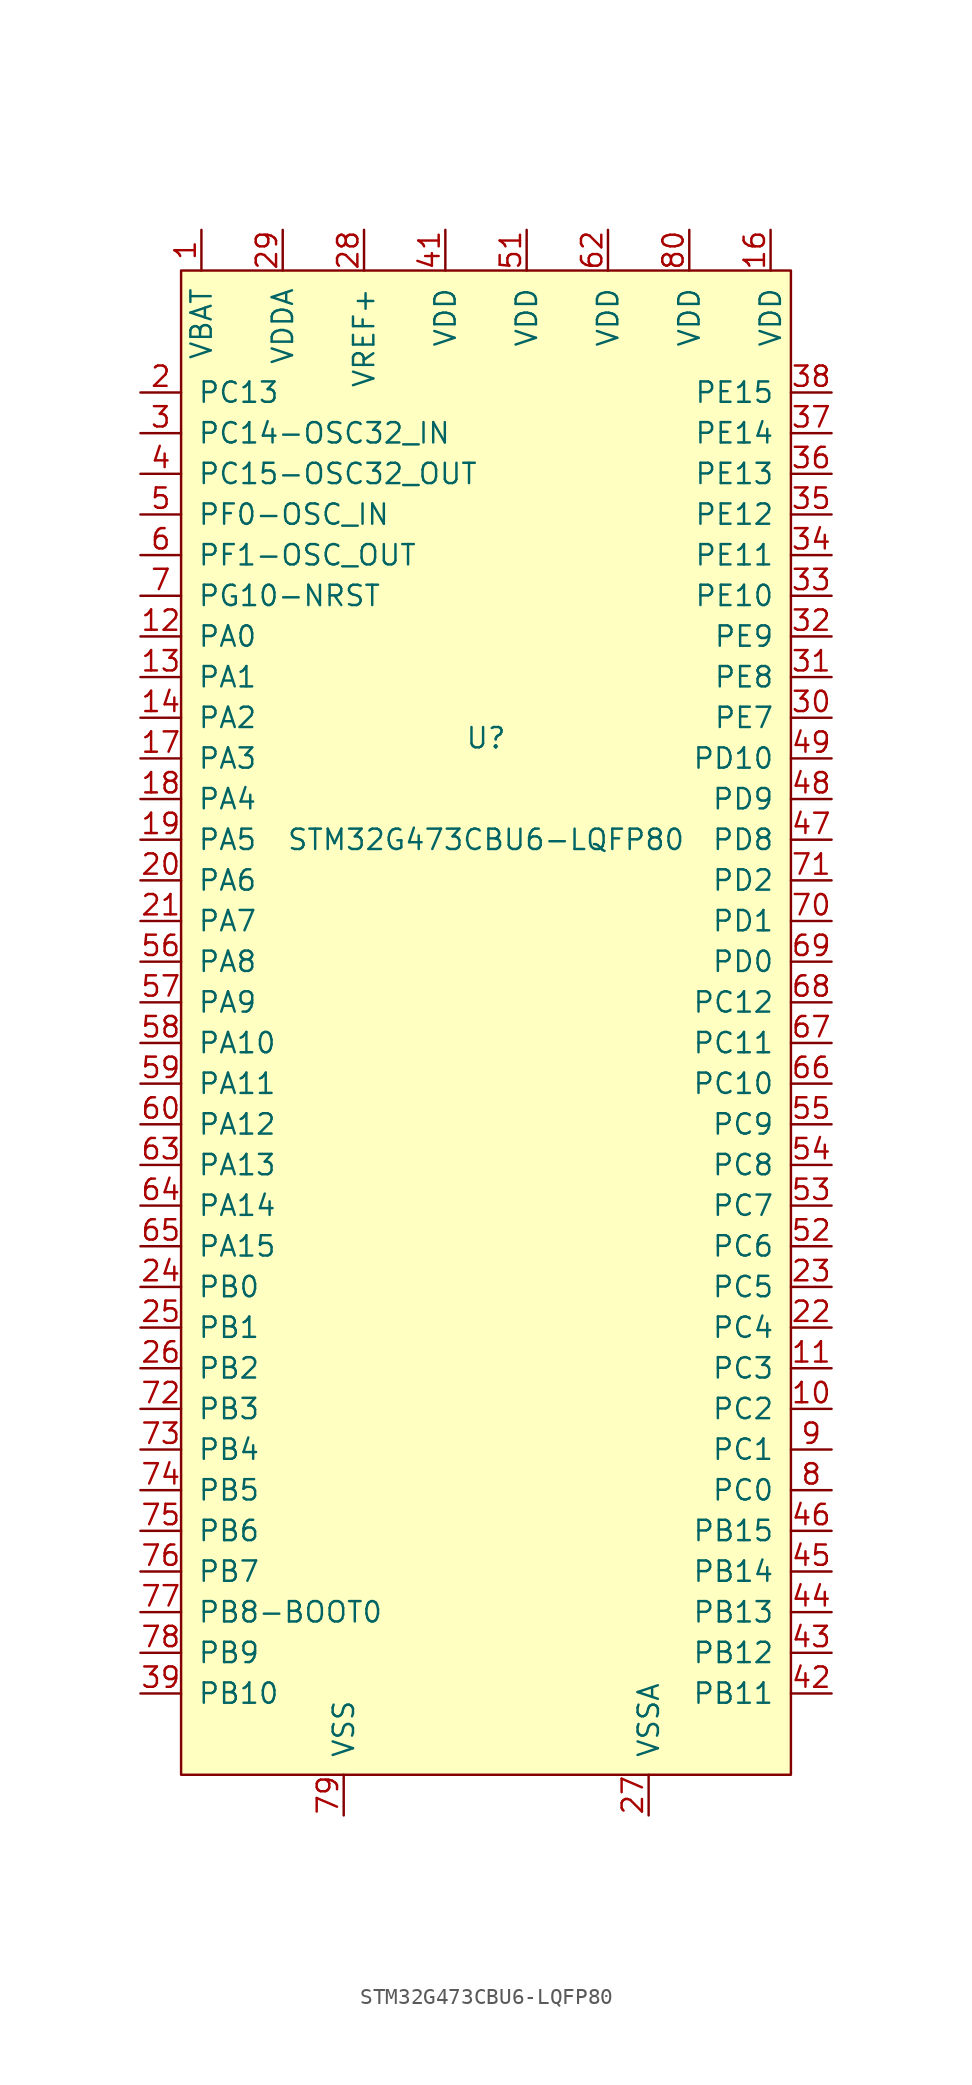
<source format=kicad_sym>
(kicad_symbol_lib
  (version 20211014)
  (generator kicad_symbol_editor)
  (symbol "STM32G473CBU6-LQFP80"
    (pin_names
      (offset 1.016))
    (property "Reference" "U"
      (at 0 5.08 0)
      (effects (font (size 1.27 1.27))))
    (property "Value" "STM32G473CBU6-LQFP80"
      (at 0 -1.27 0)
      (effects (font (size 1.27 1.27))))
    (symbol "STM32G473CBU6-LQFP80_0_1"
      (rectangle (start -19.05 34.29) (end 19.05 -59.69) (stroke (width 0) (type default) (color 0 0 0 0)) (fill (type background))))
    (symbol "STM32G473CBU6-LQFP80_1_1"
      (pin power_in line (at -17.78 36.83 270) (length 2.54) (name "VBAT" (effects (font (size 1.27 1.27)))) (number "1" (effects (font (size 1.27 1.27)))))
      (pin bidirectional line (at 21.59 -36.83 180) (length 2.54) (name "PC2" (effects (font (size 1.27 1.27)))) (number "10" (effects (font (size 1.27 1.27)))))
      (pin bidirectional line (at 21.59 -34.29 180) (length 2.54) (name "PC3" (effects (font (size 1.27 1.27)))) (number "11" (effects (font (size 1.27 1.27)))))
      (pin bidirectional line (at -21.59 11.43 0) (length 2.54) (name "PA0" (effects (font (size 1.27 1.27)))) (number "12" (effects (font (size 1.27 1.27)))))
      (pin bidirectional line (at -21.59 8.89 0) (length 2.54) (name "PA1" (effects (font (size 1.27 1.27)))) (number "13" (effects (font (size 1.27 1.27)))))
      (pin bidirectional line (at -21.59 6.35 0) (length 2.54) (name "PA2" (effects (font (size 1.27 1.27)))) (number "14" (effects (font (size 1.27 1.27)))))
      (pin power_in line (at -8.89 -62.23 90) (length 2.54) hide (name "VSS" (effects (font (size 1.27 1.27)))) (number "15" (effects (font (size 1.27 1.27)))))
      (pin power_in line (at 17.78 36.83 270) (length 2.54) (name "VDD" (effects (font (size 1.27 1.27)))) (number "16" (effects (font (size 1.27 1.27)))))
      (pin bidirectional line (at -21.59 3.81 0) (length 2.54) (name "PA3" (effects (font (size 1.27 1.27)))) (number "17" (effects (font (size 1.27 1.27)))))
      (pin bidirectional line (at -21.59 1.27 0) (length 2.54) (name "PA4" (effects (font (size 1.27 1.27)))) (number "18" (effects (font (size 1.27 1.27)))))
      (pin bidirectional line (at -21.59 -1.27 0) (length 2.54) (name "PA5" (effects (font (size 1.27 1.27)))) (number "19" (effects (font (size 1.27 1.27)))))
      (pin bidirectional line (at -21.59 26.67 0) (length 2.54) (name "PC13" (effects (font (size 1.27 1.27)))) (number "2" (effects (font (size 1.27 1.27)))))
      (pin bidirectional line (at -21.59 -3.81 0) (length 2.54) (name "PA6" (effects (font (size 1.27 1.27)))) (number "20" (effects (font (size 1.27 1.27)))))
      (pin bidirectional line (at -21.59 -6.35 0) (length 2.54) (name "PA7" (effects (font (size 1.27 1.27)))) (number "21" (effects (font (size 1.27 1.27)))))
      (pin bidirectional line (at 21.59 -31.75 180) (length 2.54) (name "PC4" (effects (font (size 1.27 1.27)))) (number "22" (effects (font (size 1.27 1.27)))))
      (pin bidirectional line (at 21.59 -29.21 180) (length 2.54) (name "PC5" (effects (font (size 1.27 1.27)))) (number "23" (effects (font (size 1.27 1.27)))))
      (pin bidirectional line (at -21.59 -29.21 0) (length 2.54) (name "PB0" (effects (font (size 1.27 1.27)))) (number "24" (effects (font (size 1.27 1.27)))))
      (pin bidirectional line (at -21.59 -31.75 0) (length 2.54) (name "PB1" (effects (font (size 1.27 1.27)))) (number "25" (effects (font (size 1.27 1.27)))))
      (pin bidirectional line (at -21.59 -34.29 0) (length 2.54) (name "PB2" (effects (font (size 1.27 1.27)))) (number "26" (effects (font (size 1.27 1.27)))))
      (pin power_out line (at 10.16 -62.23 90) (length 2.54) (name "VSSA" (effects (font (size 1.27 1.27)))) (number "27" (effects (font (size 1.27 1.27)))))
      (pin power_in line (at -7.62 36.83 270) (length 2.54) (name "VREF+" (effects (font (size 1.27 1.27)))) (number "28" (effects (font (size 1.27 1.27)))))
      (pin power_in line (at -12.7 36.83 270) (length 2.54) (name "VDDA" (effects (font (size 1.27 1.27)))) (number "29" (effects (font (size 1.27 1.27)))))
      (pin bidirectional line (at -21.59 24.13 0) (length 2.54) (name "PC14-OSC32_IN" (effects (font (size 1.27 1.27)))) (number "3" (effects (font (size 1.27 1.27)))))
      (pin bidirectional line (at 21.59 6.35 180) (length 2.54) (name "PE7" (effects (font (size 1.27 1.27)))) (number "30" (effects (font (size 1.27 1.27)))))
      (pin bidirectional line (at 21.59 8.89 180) (length 2.54) (name "PE8" (effects (font (size 1.27 1.27)))) (number "31" (effects (font (size 1.27 1.27)))))
      (pin bidirectional line (at 21.59 11.43 180) (length 2.54) (name "PE9" (effects (font (size 1.27 1.27)))) (number "32" (effects (font (size 1.27 1.27)))))
      (pin bidirectional line (at 21.59 13.97 180) (length 2.54) (name "PE10" (effects (font (size 1.27 1.27)))) (number "33" (effects (font (size 1.27 1.27)))))
      (pin bidirectional line (at 21.59 16.51 180) (length 2.54) (name "PE11" (effects (font (size 1.27 1.27)))) (number "34" (effects (font (size 1.27 1.27)))))
      (pin bidirectional line (at 21.59 19.05 180) (length 2.54) (name "PE12" (effects (font (size 1.27 1.27)))) (number "35" (effects (font (size 1.27 1.27)))))
      (pin bidirectional line (at 21.59 21.59 180) (length 2.54) (name "PE13" (effects (font (size 1.27 1.27)))) (number "36" (effects (font (size 1.27 1.27)))))
      (pin bidirectional line (at 21.59 24.13 180) (length 2.54) (name "PE14" (effects (font (size 1.27 1.27)))) (number "37" (effects (font (size 1.27 1.27)))))
      (pin bidirectional line (at 21.59 26.67 180) (length 2.54) (name "PE15" (effects (font (size 1.27 1.27)))) (number "38" (effects (font (size 1.27 1.27)))))
      (pin bidirectional line (at -21.59 -54.61 0) (length 2.54) (name "PB10" (effects (font (size 1.27 1.27)))) (number "39" (effects (font (size 1.27 1.27)))))
      (pin bidirectional line (at -21.59 21.59 0) (length 2.54) (name "PC15-OSC32_OUT" (effects (font (size 1.27 1.27)))) (number "4" (effects (font (size 1.27 1.27)))))
      (pin power_in line (at -8.89 -62.23 90) (length 2.54) hide (name "VSS" (effects (font (size 1.27 1.27)))) (number "40" (effects (font (size 1.27 1.27)))))
      (pin power_in line (at -2.54 36.83 270) (length 2.54) (name "VDD" (effects (font (size 1.27 1.27)))) (number "41" (effects (font (size 1.27 1.27)))))
      (pin bidirectional line (at 21.59 -54.61 180) (length 2.54) (name "PB11" (effects (font (size 1.27 1.27)))) (number "42" (effects (font (size 1.27 1.27)))))
      (pin bidirectional line (at 21.59 -52.07 180) (length 2.54) (name "PB12" (effects (font (size 1.27 1.27)))) (number "43" (effects (font (size 1.27 1.27)))))
      (pin bidirectional line (at 21.59 -49.53 180) (length 2.54) (name "PB13" (effects (font (size 1.27 1.27)))) (number "44" (effects (font (size 1.27 1.27)))))
      (pin bidirectional line (at 21.59 -46.99 180) (length 2.54) (name "PB14" (effects (font (size 1.27 1.27)))) (number "45" (effects (font (size 1.27 1.27)))))
      (pin bidirectional line (at 21.59 -44.45 180) (length 2.54) (name "PB15" (effects (font (size 1.27 1.27)))) (number "46" (effects (font (size 1.27 1.27)))))
      (pin bidirectional line (at 21.59 -1.27 180) (length 2.54) (name "PD8" (effects (font (size 1.27 1.27)))) (number "47" (effects (font (size 1.27 1.27)))))
      (pin bidirectional line (at 21.59 1.27 180) (length 2.54) (name "PD9" (effects (font (size 1.27 1.27)))) (number "48" (effects (font (size 1.27 1.27)))))
      (pin bidirectional line (at 21.59 3.81 180) (length 2.54) (name "PD10" (effects (font (size 1.27 1.27)))) (number "49" (effects (font (size 1.27 1.27)))))
      (pin bidirectional line (at -21.59 19.05 0) (length 2.54) (name "PF0-OSC_IN" (effects (font (size 1.27 1.27)))) (number "5" (effects (font (size 1.27 1.27)))))
      (pin power_in line (at -8.89 -62.23 90) (length 2.54) hide (name "VSS" (effects (font (size 1.27 1.27)))) (number "50" (effects (font (size 1.27 1.27)))))
      (pin power_in line (at 2.54 36.83 270) (length 2.54) (name "VDD" (effects (font (size 1.27 1.27)))) (number "51" (effects (font (size 1.27 1.27)))))
      (pin bidirectional line (at 21.59 -26.67 180) (length 2.54) (name "PC6" (effects (font (size 1.27 1.27)))) (number "52" (effects (font (size 1.27 1.27)))))
      (pin bidirectional line (at 21.59 -24.13 180) (length 2.54) (name "PC7" (effects (font (size 1.27 1.27)))) (number "53" (effects (font (size 1.27 1.27)))))
      (pin bidirectional line (at 21.59 -21.59 180) (length 2.54) (name "PC8" (effects (font (size 1.27 1.27)))) (number "54" (effects (font (size 1.27 1.27)))))
      (pin bidirectional line (at 21.59 -19.05 180) (length 2.54) (name "PC9" (effects (font (size 1.27 1.27)))) (number "55" (effects (font (size 1.27 1.27)))))
      (pin bidirectional line (at -21.59 -8.89 0) (length 2.54) (name "PA8" (effects (font (size 1.27 1.27)))) (number "56" (effects (font (size 1.27 1.27)))))
      (pin bidirectional line (at -21.59 -11.43 0) (length 2.54) (name "PA9" (effects (font (size 1.27 1.27)))) (number "57" (effects (font (size 1.27 1.27)))))
      (pin bidirectional line (at -21.59 -13.97 0) (length 2.54) (name "PA10" (effects (font (size 1.27 1.27)))) (number "58" (effects (font (size 1.27 1.27)))))
      (pin bidirectional line (at -21.59 -16.51 0) (length 2.54) (name "PA11" (effects (font (size 1.27 1.27)))) (number "59" (effects (font (size 1.27 1.27)))))
      (pin bidirectional line (at -21.59 16.51 0) (length 2.54) (name "PF1-OSC_OUT" (effects (font (size 1.27 1.27)))) (number "6" (effects (font (size 1.27 1.27)))))
      (pin bidirectional line (at -21.59 -19.05 0) (length 2.54) (name "PA12" (effects (font (size 1.27 1.27)))) (number "60" (effects (font (size 1.27 1.27)))))
      (pin power_in line (at -8.89 -62.23 90) (length 2.54) hide (name "VSS" (effects (font (size 1.27 1.27)))) (number "61" (effects (font (size 1.27 1.27)))))
      (pin power_in line (at 7.62 36.83 270) (length 2.54) (name "VDD" (effects (font (size 1.27 1.27)))) (number "62" (effects (font (size 1.27 1.27)))))
      (pin bidirectional line (at -21.59 -21.59 0) (length 2.54) (name "PA13" (effects (font (size 1.27 1.27)))) (number "63" (effects (font (size 1.27 1.27)))))
      (pin bidirectional line (at -21.59 -24.13 0) (length 2.54) (name "PA14" (effects (font (size 1.27 1.27)))) (number "64" (effects (font (size 1.27 1.27)))))
      (pin bidirectional line (at -21.59 -26.67 0) (length 2.54) (name "PA15" (effects (font (size 1.27 1.27)))) (number "65" (effects (font (size 1.27 1.27)))))
      (pin bidirectional line (at 21.59 -16.51 180) (length 2.54) (name "PC10" (effects (font (size 1.27 1.27)))) (number "66" (effects (font (size 1.27 1.27)))))
      (pin bidirectional line (at 21.59 -13.97 180) (length 2.54) (name "PC11" (effects (font (size 1.27 1.27)))) (number "67" (effects (font (size 1.27 1.27)))))
      (pin bidirectional line (at 21.59 -11.43 180) (length 2.54) (name "PC12" (effects (font (size 1.27 1.27)))) (number "68" (effects (font (size 1.27 1.27)))))
      (pin bidirectional line (at 21.59 -8.89 180) (length 2.54) (name "PD0" (effects (font (size 1.27 1.27)))) (number "69" (effects (font (size 1.27 1.27)))))
      (pin bidirectional line (at -21.59 13.97 0) (length 2.54) (name "PG10-NRST" (effects (font (size 1.27 1.27)))) (number "7" (effects (font (size 1.27 1.27)))))
      (pin bidirectional line (at 21.59 -6.35 180) (length 2.54) (name "PD1" (effects (font (size 1.27 1.27)))) (number "70" (effects (font (size 1.27 1.27)))))
      (pin bidirectional line (at 21.59 -3.81 180) (length 2.54) (name "PD2" (effects (font (size 1.27 1.27)))) (number "71" (effects (font (size 1.27 1.27)))))
      (pin bidirectional line (at -21.59 -36.83 0) (length 2.54) (name "PB3" (effects (font (size 1.27 1.27)))) (number "72" (effects (font (size 1.27 1.27)))))
      (pin bidirectional line (at -21.59 -39.37 0) (length 2.54) (name "PB4" (effects (font (size 1.27 1.27)))) (number "73" (effects (font (size 1.27 1.27)))))
      (pin bidirectional line (at -21.59 -41.91 0) (length 2.54) (name "PB5" (effects (font (size 1.27 1.27)))) (number "74" (effects (font (size 1.27 1.27)))))
      (pin bidirectional line (at -21.59 -44.45 0) (length 2.54) (name "PB6" (effects (font (size 1.27 1.27)))) (number "75" (effects (font (size 1.27 1.27)))))
      (pin bidirectional line (at -21.59 -46.99 0) (length 2.54) (name "PB7" (effects (font (size 1.27 1.27)))) (number "76" (effects (font (size 1.27 1.27)))))
      (pin bidirectional line (at -21.59 -49.53 0) (length 2.54) (name "PB8-BOOT0" (effects (font (size 1.27 1.27)))) (number "77" (effects (font (size 1.27 1.27)))))
      (pin bidirectional line (at -21.59 -52.07 0) (length 2.54) (name "PB9" (effects (font (size 1.27 1.27)))) (number "78" (effects (font (size 1.27 1.27)))))
      (pin power_in line (at -8.89 -62.23 90) (length 2.54) (name "VSS" (effects (font (size 1.27 1.27)))) (number "79" (effects (font (size 1.27 1.27)))))
      (pin bidirectional line (at 21.59 -41.91 180) (length 2.54) (name "PC0" (effects (font (size 1.27 1.27)))) (number "8" (effects (font (size 1.27 1.27)))))
      (pin power_in line (at 12.7 36.83 270) (length 2.54) (name "VDD" (effects (font (size 1.27 1.27)))) (number "80" (effects (font (size 1.27 1.27)))))
      (pin bidirectional line (at 21.59 -39.37 180) (length 2.54) (name "PC1" (effects (font (size 1.27 1.27)))) (number "9" (effects (font (size 1.27 1.27))))))))
</source>
